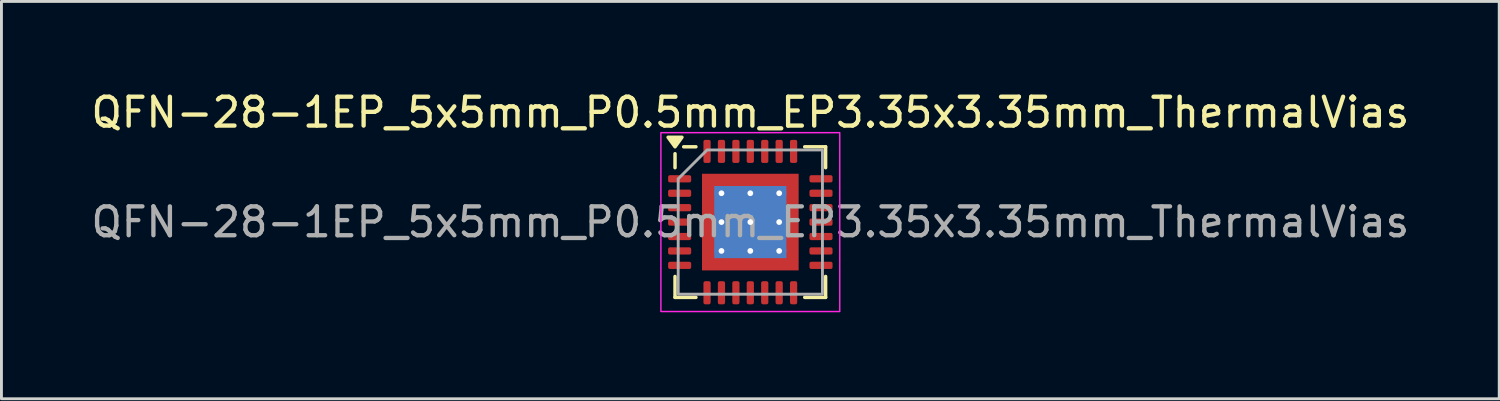
<source format=kicad_pcb>
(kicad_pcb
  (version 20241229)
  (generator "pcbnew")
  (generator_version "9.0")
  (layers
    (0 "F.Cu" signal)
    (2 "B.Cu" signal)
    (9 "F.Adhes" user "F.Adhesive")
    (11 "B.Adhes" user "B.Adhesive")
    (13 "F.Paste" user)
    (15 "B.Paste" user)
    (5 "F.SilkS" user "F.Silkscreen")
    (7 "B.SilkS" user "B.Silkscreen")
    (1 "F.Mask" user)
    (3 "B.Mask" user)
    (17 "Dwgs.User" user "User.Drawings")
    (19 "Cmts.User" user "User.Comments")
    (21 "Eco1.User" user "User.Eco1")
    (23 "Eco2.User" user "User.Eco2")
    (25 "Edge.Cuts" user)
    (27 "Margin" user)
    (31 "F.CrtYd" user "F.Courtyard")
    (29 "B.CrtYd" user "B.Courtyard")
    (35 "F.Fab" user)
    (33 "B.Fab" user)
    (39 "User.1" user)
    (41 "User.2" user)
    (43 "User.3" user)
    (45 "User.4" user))
  (footprint "QFN-28-1EP_5x5mm_P0.5mm_EP3.35x3.35mm_ThermalVias"
    (layer "F.Cu")
    (at 22.958 4.648)
    (property "Reference" "QFN-28-1EP_5x5mm_P0.5mm_EP3.35x3.35mm_ThermalVias" (at 0 -3.8 0) (layer "F.SilkS") (effects (font (size 1 1) (thickness 0.15))))
    (attr smd)
    (fp_line (start -2.61 -1.885) (end -2.61 -2.37) (stroke (width 0.12) (type solid)) (layer "F.SilkS"))
    (fp_line (start -2.61 2.61) (end -2.61 1.885) (stroke (width 0.12) (type solid)) (layer "F.SilkS"))
    (fp_line (start -1.885 -2.61) (end -2.31 -2.61) (stroke (width 0.12) (type solid)) (layer "F.SilkS"))
    (fp_line (start -1.885 2.61) (end -2.61 2.61) (stroke (width 0.12) (type solid)) (layer "F.SilkS"))
    (fp_line (start 1.885 -2.61) (end 2.61 -2.61) (stroke (width 0.12) (type solid)) (layer "F.SilkS"))
    (fp_line (start 1.885 2.61) (end 2.61 2.61) (stroke (width 0.12) (type solid)) (layer "F.SilkS"))
    (fp_line (start 2.61 -2.61) (end 2.61 -1.885) (stroke (width 0.12) (type solid)) (layer "F.SilkS"))
    (fp_line (start 2.61 2.61) (end 2.61 1.885) (stroke (width 0.12) (type solid)) (layer "F.SilkS"))
    (fp_poly (pts (xy -2.61 -2.61) (xy -2.85 -2.94) (xy -2.37 -2.94)) (stroke (width 0.12) (type solid)) (fill yes) (layer "F.SilkS"))
    (fp_rect (start -3.1 -3.1) (end 3.1 3.1) (stroke (width 0.05) (type solid)) (fill no) (layer "F.CrtYd"))
    (fp_poly (pts (xy -2.5 -1.5) (xy -2.5 2.5) (xy 2.5 2.5) (xy 2.5 -2.5) (xy -1.5 -2.5)) (stroke (width 0.1) (type solid)) (fill no) (layer "F.Fab"))
    (fp_text user "${REFERENCE}" (at 0 0 0) (layer "F.Fab") (effects (font (size 1 1) (thickness 0.15))))
    (pad "" smd custom (at -1.337 -1.337) (size 0.437 0.437) (layers "F.Paste") (options (anchor circle)) (primitives (gr_poly (pts (xy -0.165 -0.165) (xy 0.165 -0.165) (xy 0.165 0.076) (xy 0.076 0.165) (xy -0.165 0.165)) (width 0.215) (fill yes))))
    (pad "" smd custom (at -1.337 -0.5) (size 0.459 0.459) (layers "F.Paste") (options (anchor circle)) (primitives (gr_poly (pts (xy -0.187 -0.318) (xy 0.116 -0.318) (xy 0.187 -0.247) (xy 0.187 0.247) (xy 0.116 0.318) (xy -0.187 0.318)) (width 0.17) (fill yes))))
    (pad "" smd custom (at -1.337 0.5) (size 0.459 0.459) (layers "F.Paste") (options (anchor circle)) (primitives (gr_poly (pts (xy -0.187 -0.318) (xy 0.116 -0.318) (xy 0.187 -0.247) (xy 0.187 0.247) (xy 0.116 0.318) (xy -0.187 0.318)) (width 0.17) (fill yes))))
    (pad "" smd custom (at -1.337 1.337) (size 0.437 0.437) (layers "F.Paste") (options (anchor circle)) (primitives (gr_poly (pts (xy -0.165 -0.165) (xy 0.076 -0.165) (xy 0.165 -0.076) (xy 0.165 0.165) (xy -0.165 0.165)) (width 0.215) (fill yes))))
    (pad "" smd custom (at -0.5 -1.337) (size 0.459 0.459) (layers "F.Paste") (options (anchor circle)) (primitives (gr_poly (pts (xy -0.318 -0.187) (xy 0.318 -0.187) (xy 0.318 0.116) (xy 0.247 0.187) (xy -0.247 0.187) (xy -0.318 0.116)) (width 0.17) (fill yes))))
    (pad "" smd roundrect (at -0.5 -0.5) (size 0.806 0.806) (layers "F.Paste") (roundrect_rratio 0.25))
    (pad "" smd roundrect (at -0.5 0.5) (size 0.806 0.806) (layers "F.Paste") (roundrect_rratio 0.25))
    (pad "" smd custom (at -0.5 1.337) (size 0.459 0.459) (layers "F.Paste") (options (anchor circle)) (primitives (gr_poly (pts (xy -0.318 -0.116) (xy -0.247 -0.187) (xy 0.247 -0.187) (xy 0.318 -0.116) (xy 0.318 0.187) (xy -0.318 0.187)) (width 0.17) (fill yes))))
    (pad "" smd custom (at 0.5 -1.337) (size 0.459 0.459) (layers "F.Paste") (options (anchor circle)) (primitives (gr_poly (pts (xy -0.318 -0.187) (xy 0.318 -0.187) (xy 0.318 0.116) (xy 0.247 0.187) (xy -0.247 0.187) (xy -0.318 0.116)) (width 0.17) (fill yes))))
    (pad "" smd roundrect (at 0.5 -0.5) (size 0.806 0.806) (layers "F.Paste") (roundrect_rratio 0.25))
    (pad "" smd roundrect (at 0.5 0.5) (size 0.806 0.806) (layers "F.Paste") (roundrect_rratio 0.25))
    (pad "" smd custom (at 0.5 1.337) (size 0.459 0.459) (layers "F.Paste") (options (anchor circle)) (primitives (gr_poly (pts (xy -0.318 -0.116) (xy -0.247 -0.187) (xy 0.247 -0.187) (xy 0.318 -0.116) (xy 0.318 0.187) (xy -0.318 0.187)) (width 0.17) (fill yes))))
    (pad "" smd custom (at 1.337 -1.337) (size 0.437 0.437) (layers "F.Paste") (options (anchor circle)) (primitives (gr_poly (pts (xy -0.165 -0.165) (xy 0.165 -0.165) (xy 0.165 0.165) (xy -0.076 0.165) (xy -0.165 0.076)) (width 0.215) (fill yes))))
    (pad "" smd custom (at 1.337 -0.5) (size 0.459 0.459) (layers "F.Paste") (options (anchor circle)) (primitives (gr_poly (pts (xy -0.187 -0.247) (xy -0.116 -0.318) (xy 0.187 -0.318) (xy 0.187 0.318) (xy -0.116 0.318) (xy -0.187 0.247)) (width 0.17) (fill yes))))
    (pad "" smd custom (at 1.337 0.5) (size 0.459 0.459) (layers "F.Paste") (options (anchor circle)) (primitives (gr_poly (pts (xy -0.187 -0.247) (xy -0.116 -0.318) (xy 0.187 -0.318) (xy 0.187 0.318) (xy -0.116 0.318) (xy -0.187 0.247)) (width 0.17) (fill yes))))
    (pad "" smd custom (at 1.337 1.337) (size 0.437 0.437) (layers "F.Paste") (options (anchor circle)) (primitives (gr_poly (pts (xy -0.165 -0.076) (xy -0.076 -0.165) (xy 0.165 -0.165) (xy 0.165 0.165) (xy -0.165 0.165)) (width 0.215) (fill yes))))
    (pad "1" smd roundrect (at -2.45 -1.5) (size 0.8 0.25) (layers "F.Cu" "F.Mask" "F.Paste") (roundrect_rratio 0.25))
    (pad "2" smd roundrect (at -2.45 -1) (size 0.8 0.25) (layers "F.Cu" "F.Mask" "F.Paste") (roundrect_rratio 0.25))
    (pad "3" smd roundrect (at -2.45 -0.5) (size 0.8 0.25) (layers "F.Cu" "F.Mask" "F.Paste") (roundrect_rratio 0.25))
    (pad "4" smd roundrect (at -2.45 0) (size 0.8 0.25) (layers "F.Cu" "F.Mask" "F.Paste") (roundrect_rratio 0.25))
    (pad "5" smd roundrect (at -2.45 0.5) (size 0.8 0.25) (layers "F.Cu" "F.Mask" "F.Paste") (roundrect_rratio 0.25))
    (pad "6" smd roundrect (at -2.45 1) (size 0.8 0.25) (layers "F.Cu" "F.Mask" "F.Paste") (roundrect_rratio 0.25))
    (pad "7" smd roundrect (at -2.45 1.5) (size 0.8 0.25) (layers "F.Cu" "F.Mask" "F.Paste") (roundrect_rratio 0.25))
    (pad "8" smd roundrect (at -1.5 2.45) (size 0.25 0.8) (layers "F.Cu" "F.Mask" "F.Paste") (roundrect_rratio 0.25))
    (pad "9" smd roundrect (at -1 2.45) (size 0.25 0.8) (layers "F.Cu" "F.Mask" "F.Paste") (roundrect_rratio 0.25))
    (pad "10" smd roundrect (at -0.5 2.45) (size 0.25 0.8) (layers "F.Cu" "F.Mask" "F.Paste") (roundrect_rratio 0.25))
    (pad "11" smd roundrect (at 0 2.45) (size 0.25 0.8) (layers "F.Cu" "F.Mask" "F.Paste") (roundrect_rratio 0.25))
    (pad "12" smd roundrect (at 0.5 2.45) (size 0.25 0.8) (layers "F.Cu" "F.Mask" "F.Paste") (roundrect_rratio 0.25))
    (pad "13" smd roundrect (at 1 2.45) (size 0.25 0.8) (layers "F.Cu" "F.Mask" "F.Paste") (roundrect_rratio 0.25))
    (pad "14" smd roundrect (at 1.5 2.45) (size 0.25 0.8) (layers "F.Cu" "F.Mask" "F.Paste") (roundrect_rratio 0.25))
    (pad "15" smd roundrect (at 2.45 1.5) (size 0.8 0.25) (layers "F.Cu" "F.Mask" "F.Paste") (roundrect_rratio 0.25))
    (pad "16" smd roundrect (at 2.45 1) (size 0.8 0.25) (layers "F.Cu" "F.Mask" "F.Paste") (roundrect_rratio 0.25))
    (pad "17" smd roundrect (at 2.45 0.5) (size 0.8 0.25) (layers "F.Cu" "F.Mask" "F.Paste") (roundrect_rratio 0.25))
    (pad "18" smd roundrect (at 2.45 0) (size 0.8 0.25) (layers "F.Cu" "F.Mask" "F.Paste") (roundrect_rratio 0.25))
    (pad "19" smd roundrect (at 2.45 -0.5) (size 0.8 0.25) (layers "F.Cu" "F.Mask" "F.Paste") (roundrect_rratio 0.25))
    (pad "20" smd roundrect (at 2.45 -1) (size 0.8 0.25) (layers "F.Cu" "F.Mask" "F.Paste") (roundrect_rratio 0.25))
    (pad "21" smd roundrect (at 2.45 -1.5) (size 0.8 0.25) (layers "F.Cu" "F.Mask" "F.Paste") (roundrect_rratio 0.25))
    (pad "22" smd roundrect (at 1.5 -2.45) (size 0.25 0.8) (layers "F.Cu" "F.Mask" "F.Paste") (roundrect_rratio 0.25))
    (pad "23" smd roundrect (at 1 -2.45) (size 0.25 0.8) (layers "F.Cu" "F.Mask" "F.Paste") (roundrect_rratio 0.25))
    (pad "24" smd roundrect (at 0.5 -2.45) (size 0.25 0.8) (layers "F.Cu" "F.Mask" "F.Paste") (roundrect_rratio 0.25))
    (pad "25" smd roundrect (at 0 -2.45) (size 0.25 0.8) (layers "F.Cu" "F.Mask" "F.Paste") (roundrect_rratio 0.25))
    (pad "26" smd roundrect (at -0.5 -2.45) (size 0.25 0.8) (layers "F.Cu" "F.Mask" "F.Paste") (roundrect_rratio 0.25))
    (pad "27" smd roundrect (at -1 -2.45) (size 0.25 0.8) (layers "F.Cu" "F.Mask" "F.Paste") (roundrect_rratio 0.25))
    (pad "28" smd roundrect (at -1.5 -2.45) (size 0.25 0.8) (layers "F.Cu" "F.Mask" "F.Paste") (roundrect_rratio 0.25))
    (pad "29" thru_hole circle (at -1 -1) (size 0.5 0.5) (drill 0.2) (property pad_prop_heatsink) (layers "*.Cu"))
    (pad "29" thru_hole circle (at -1 0) (size 0.5 0.5) (drill 0.2) (property pad_prop_heatsink) (layers "*.Cu"))
    (pad "29" thru_hole circle (at -1 1) (size 0.5 0.5) (drill 0.2) (property pad_prop_heatsink) (layers "*.Cu"))
    (pad "29" thru_hole circle (at 0 -1) (size 0.5 0.5) (drill 0.2) (property pad_prop_heatsink) (layers "*.Cu"))
    (pad "29" thru_hole circle (at 0 0) (size 0.5 0.5) (drill 0.2) (property pad_prop_heatsink) (layers "*.Cu"))
    (pad "29" smd rect (at 0 0) (size 2.5 2.5) (property pad_prop_heatsink) (layers "B.Cu"))
    (pad "29" smd rect (at 0 0) (size 3.35 3.35) (property pad_prop_heatsink) (layers "F.Cu" "F.Mask"))
    (pad "29" thru_hole circle (at 0 1) (size 0.5 0.5) (drill 0.2) (property pad_prop_heatsink) (layers "*.Cu"))
    (pad "29" thru_hole circle (at 1 -1) (size 0.5 0.5) (drill 0.2) (property pad_prop_heatsink) (layers "*.Cu"))
    (pad "29" thru_hole circle (at 1 0) (size 0.5 0.5) (drill 0.2) (property pad_prop_heatsink) (layers "*.Cu"))
    (pad "29" thru_hole circle (at 1 1) (size 0.5 0.5) (drill 0.2) (property pad_prop_heatsink) (layers "*.Cu")))
  (gr_rect
    (start -3 -3)
    (end 48.917 10.773)
    (stroke (width 0.1) (type default))
    (fill no)
    (layer "Edge.Cuts")))
</source>
